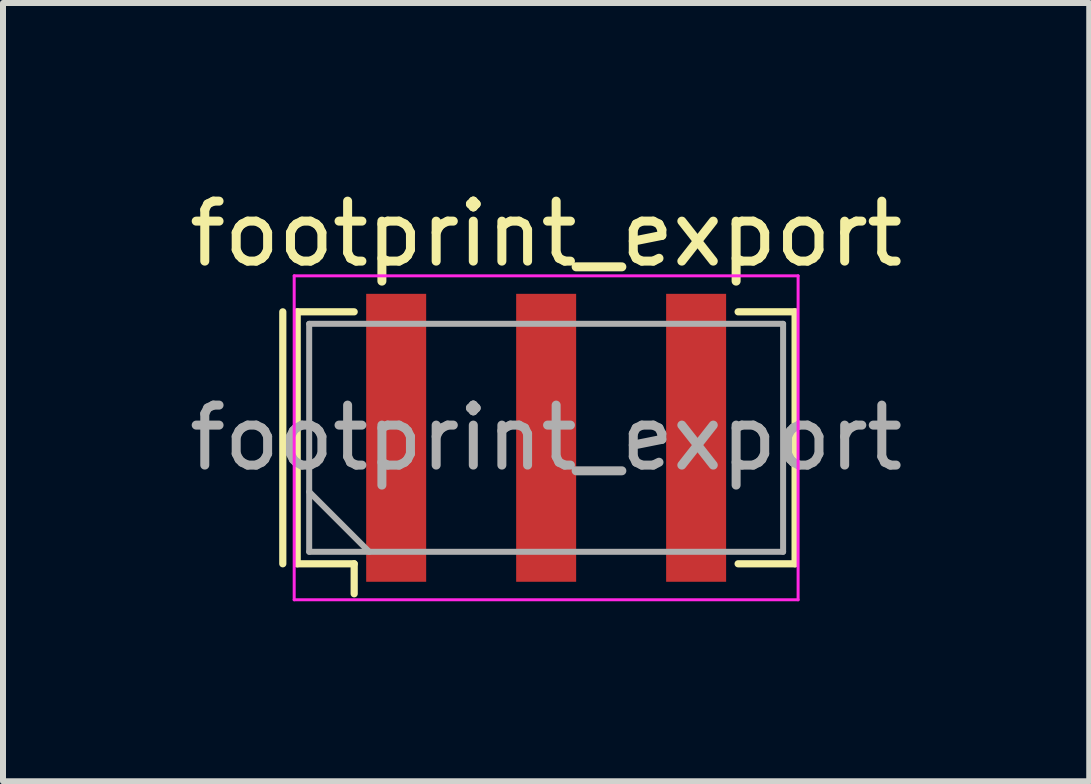
<source format=kicad_pcb>
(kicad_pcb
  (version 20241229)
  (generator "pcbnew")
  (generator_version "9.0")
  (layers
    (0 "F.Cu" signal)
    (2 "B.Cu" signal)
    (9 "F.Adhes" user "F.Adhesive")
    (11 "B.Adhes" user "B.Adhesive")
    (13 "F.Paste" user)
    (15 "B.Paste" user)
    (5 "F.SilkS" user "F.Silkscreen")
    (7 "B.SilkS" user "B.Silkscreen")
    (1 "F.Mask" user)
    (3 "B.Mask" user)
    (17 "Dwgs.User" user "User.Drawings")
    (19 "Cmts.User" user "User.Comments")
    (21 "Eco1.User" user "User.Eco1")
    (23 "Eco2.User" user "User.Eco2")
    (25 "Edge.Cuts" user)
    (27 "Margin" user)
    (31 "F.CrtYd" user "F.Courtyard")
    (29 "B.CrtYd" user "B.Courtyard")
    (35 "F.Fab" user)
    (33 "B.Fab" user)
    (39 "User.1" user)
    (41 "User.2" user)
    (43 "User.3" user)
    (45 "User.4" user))
  (footprint "footprint_export"
    (layer "F.Cu")
    (at 6.054 4.248)
    (property "Reference" "footprint_export" (at 0 -3.4 0) (layer "F.SilkS") (effects (font (size 1 1) (thickness 0.15))))
    (attr smd)
    (fp_line (start -4.39 -2.1) (end -4.39 2.1) (stroke (width 0.12) (type solid)) (layer "F.SilkS"))
    (fp_line (start -4.15 -2.1) (end -3.2 -2.1) (stroke (width 0.12) (type solid)) (layer "F.SilkS"))
    (fp_line (start -4.15 2.1) (end -4.15 -2.1) (stroke (width 0.12) (type solid)) (layer "F.SilkS"))
    (fp_line (start -3.2 2.1) (end -4.15 2.1) (stroke (width 0.12) (type solid)) (layer "F.SilkS"))
    (fp_line (start -3.2 2.6) (end -3.2 2.1) (stroke (width 0.12) (type solid)) (layer "F.SilkS"))
    (fp_line (start 3.2 -2.1) (end 4.15 -2.1) (stroke (width 0.12) (type solid)) (layer "F.SilkS"))
    (fp_line (start 4.15 -2.1) (end 4.15 2.1) (stroke (width 0.12) (type solid)) (layer "F.SilkS"))
    (fp_line (start 4.15 2.1) (end 3.2 2.1) (stroke (width 0.12) (type solid)) (layer "F.SilkS"))
    (fp_line (start -4.2 -2.7) (end -4.2 2.7) (stroke (width 0.05) (type solid)) (layer "F.CrtYd"))
    (fp_line (start -4.2 2.7) (end 4.2 2.7) (stroke (width 0.05) (type solid)) (layer "F.CrtYd"))
    (fp_line (start 4.2 -2.7) (end -4.2 -2.7) (stroke (width 0.05) (type solid)) (layer "F.CrtYd"))
    (fp_line (start 4.2 2.7) (end 4.2 -2.7) (stroke (width 0.05) (type solid)) (layer "F.CrtYd"))
    (fp_line (start -3.95 -1.9) (end -3.95 1.9) (stroke (width 0.1) (type solid)) (layer "F.Fab"))
    (fp_line (start -3.95 0.9) (end -2.95 1.9) (stroke (width 0.1) (type solid)) (layer "F.Fab"))
    (fp_line (start -3.95 1.9) (end 3.95 1.9) (stroke (width 0.1) (type solid)) (layer "F.Fab"))
    (fp_line (start 3.95 -1.9) (end -3.95 -1.9) (stroke (width 0.1) (type solid)) (layer "F.Fab"))
    (fp_line (start 3.95 1.9) (end 3.95 -1.9) (stroke (width 0.1) (type solid)) (layer "F.Fab"))
    (fp_text user "${REFERENCE}" (at 0 0 0) (layer "F.Fab") (effects (font (size 1 1) (thickness 0.15))))
    (pad "1" smd rect (at -2.5 0) (size 1 4.8) (layers "F.Cu" "F.Mask" "F.Paste"))
    (pad "2" smd rect (at 0 0) (size 1 4.8) (layers "F.Cu" "F.Mask" "F.Paste"))
    (pad "3" smd rect (at 2.5 0) (size 1 4.8) (layers "F.Cu" "F.Mask" "F.Paste")))
  (gr_rect
    (start -3 -3)
    (end 15.107 9.973)
    (stroke (width 0.1) (type default))
    (fill no)
    (layer "Edge.Cuts")))
</source>
